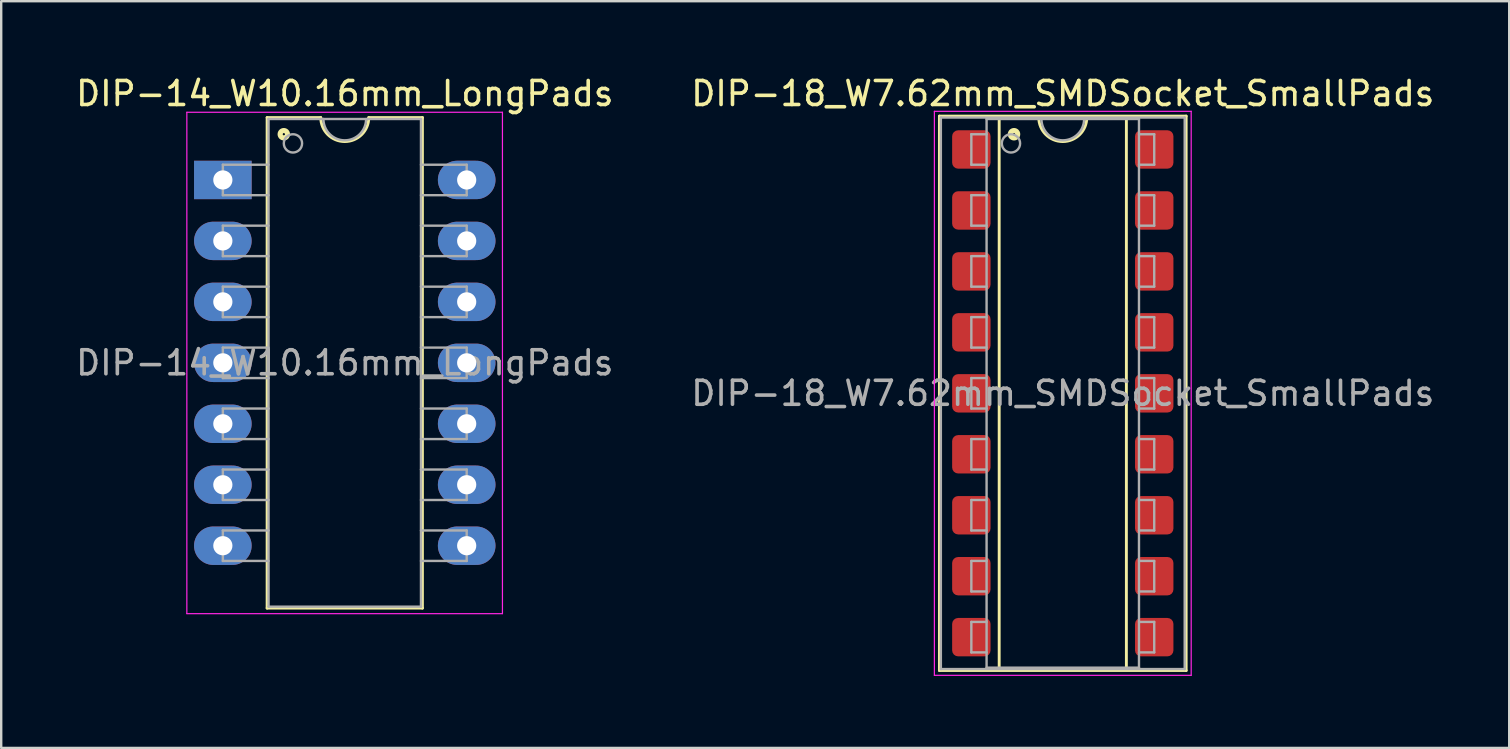
<source format=kicad_pcb>
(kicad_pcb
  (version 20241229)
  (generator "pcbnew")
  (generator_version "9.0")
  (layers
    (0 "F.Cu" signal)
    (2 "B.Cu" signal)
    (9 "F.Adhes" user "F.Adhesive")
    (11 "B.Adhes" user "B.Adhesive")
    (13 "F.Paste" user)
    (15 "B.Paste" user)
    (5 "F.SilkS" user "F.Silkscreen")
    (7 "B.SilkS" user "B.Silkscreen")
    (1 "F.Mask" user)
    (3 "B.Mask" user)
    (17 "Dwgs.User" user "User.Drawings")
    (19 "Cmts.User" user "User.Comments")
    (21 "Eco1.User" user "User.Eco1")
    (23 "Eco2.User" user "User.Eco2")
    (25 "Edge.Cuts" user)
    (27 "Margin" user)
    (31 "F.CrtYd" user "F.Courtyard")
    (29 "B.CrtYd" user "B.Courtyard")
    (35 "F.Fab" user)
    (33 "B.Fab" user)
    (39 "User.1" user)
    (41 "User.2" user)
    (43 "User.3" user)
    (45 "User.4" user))
  (footprint "DIP-14_W10.16mm_LongPads"
    (layer "F.Cu")
    (at 6.235 4.448)
    (property "Reference" "DIP-14_W10.16mm_LongPads" (at 5.08 -3.6 0) (layer "F.SilkS") (effects (font (size 1 1) (thickness 0.15))))
    (attr through_hole)
    (fp_line (start 1.845 -2.6) (end 1.845 17.84) (stroke (width 0.12) (type solid)) (layer "F.SilkS"))
    (fp_line (start 1.845 17.84) (end 8.315 17.84) (stroke (width 0.12) (type solid)) (layer "F.SilkS"))
    (fp_line (start 4.08 -2.6) (end 1.845 -2.6) (stroke (width 0.12) (type solid)) (layer "F.SilkS"))
    (fp_line (start 8.315 -2.6) (end 6.08 -2.6) (stroke (width 0.12) (type solid)) (layer "F.SilkS"))
    (fp_line (start 8.315 17.84) (end 8.315 -2.6) (stroke (width 0.12) (type solid)) (layer "F.SilkS"))
    (fp_arc (start 6.08 -2.6) (mid 5.08 -1.6) (end 4.08 -2.6) (stroke (width 0.12) (type solid)) (layer "F.SilkS"))
    (fp_circle (center 2.54 -1.905) (end 2.59 -1.905) (stroke (width 0.12) (type solid)) (fill no) (layer "F.SilkS"))
    (fp_circle (center 2.54 -1.905) (end 2.665 -1.905) (stroke (width 0.12) (type solid)) (fill no) (layer "F.SilkS"))
    (fp_circle (center 2.54 -1.905) (end 2.74 -1.905) (stroke (width 0.12) (type solid)) (fill no) (layer "F.SilkS"))
    (fp_line (start -1.5 -2.82) (end -1.5 18.07) (stroke (width 0.05) (type solid)) (layer "F.CrtYd"))
    (fp_line (start -1.5 18.07) (end 11.65 18.07) (stroke (width 0.05) (type solid)) (layer "F.CrtYd"))
    (fp_line (start 11.65 -2.82) (end -1.5 -2.82) (stroke (width 0.05) (type solid)) (layer "F.CrtYd"))
    (fp_line (start 11.65 18.07) (end 11.65 -2.82) (stroke (width 0.05) (type solid)) (layer "F.CrtYd"))
    (fp_line (start 0 -0.635) (end 0 0.635) (stroke (width 0.1) (type solid)) (layer "F.Fab"))
    (fp_line (start 0 -0.635) (end 1.905 -0.635) (stroke (width 0.1) (type solid)) (layer "F.Fab"))
    (fp_line (start 0 0.635) (end 1.905 0.635) (stroke (width 0.1) (type solid)) (layer "F.Fab"))
    (fp_line (start 0 1.905) (end 0 3.175) (stroke (width 0.1) (type solid)) (layer "F.Fab"))
    (fp_line (start 0 1.905) (end 1.905 1.905) (stroke (width 0.1) (type solid)) (layer "F.Fab"))
    (fp_line (start 0 3.175) (end 1.905 3.175) (stroke (width 0.1) (type solid)) (layer "F.Fab"))
    (fp_line (start 0 4.445) (end 0 5.715) (stroke (width 0.1) (type solid)) (layer "F.Fab"))
    (fp_line (start 0 4.445) (end 1.905 4.445) (stroke (width 0.1) (type solid)) (layer "F.Fab"))
    (fp_line (start 0 5.715) (end 1.905 5.715) (stroke (width 0.1) (type solid)) (layer "F.Fab"))
    (fp_line (start 0 6.985) (end 0 8.255) (stroke (width 0.1) (type solid)) (layer "F.Fab"))
    (fp_line (start 0 6.985) (end 1.905 6.985) (stroke (width 0.1) (type solid)) (layer "F.Fab"))
    (fp_line (start 0 8.255) (end 1.905 8.255) (stroke (width 0.1) (type solid)) (layer "F.Fab"))
    (fp_line (start 0 9.525) (end 0 10.795) (stroke (width 0.1) (type solid)) (layer "F.Fab"))
    (fp_line (start 0 9.525) (end 1.905 9.525) (stroke (width 0.1) (type solid)) (layer "F.Fab"))
    (fp_line (start 0 10.795) (end 1.905 10.795) (stroke (width 0.1) (type solid)) (layer "F.Fab"))
    (fp_line (start 0 12.065) (end 0 13.335) (stroke (width 0.1) (type solid)) (layer "F.Fab"))
    (fp_line (start 0 12.065) (end 1.905 12.065) (stroke (width 0.1) (type solid)) (layer "F.Fab"))
    (fp_line (start 0 13.335) (end 1.905 13.335) (stroke (width 0.1) (type solid)) (layer "F.Fab"))
    (fp_line (start 0 14.605) (end 0 15.875) (stroke (width 0.1) (type solid)) (layer "F.Fab"))
    (fp_line (start 0 14.605) (end 1.905 14.605) (stroke (width 0.1) (type solid)) (layer "F.Fab"))
    (fp_line (start 0 15.875) (end 1.905 15.875) (stroke (width 0.1) (type solid)) (layer "F.Fab"))
    (fp_line (start 1.905 -2.54) (end 8.255 -2.54) (stroke (width 0.1) (type solid)) (layer "F.Fab"))
    (fp_line (start 1.905 17.78) (end 1.905 -2.54) (stroke (width 0.1) (type solid)) (layer "F.Fab"))
    (fp_line (start 8.255 -2.54) (end 8.255 17.78) (stroke (width 0.1) (type solid)) (layer "F.Fab"))
    (fp_line (start 8.255 17.78) (end 1.905 17.78) (stroke (width 0.1) (type solid)) (layer "F.Fab"))
    (fp_line (start 10.16 -0.635) (end 8.255 -0.635) (stroke (width 0.1) (type solid)) (layer "F.Fab"))
    (fp_line (start 10.16 0.635) (end 8.255 0.635) (stroke (width 0.1) (type solid)) (layer "F.Fab"))
    (fp_line (start 10.16 0.635) (end 10.16 -0.635) (stroke (width 0.1) (type solid)) (layer "F.Fab"))
    (fp_line (start 10.16 1.905) (end 8.255 1.905) (stroke (width 0.1) (type solid)) (layer "F.Fab"))
    (fp_line (start 10.16 3.175) (end 8.255 3.175) (stroke (width 0.1) (type solid)) (layer "F.Fab"))
    (fp_line (start 10.16 3.175) (end 10.16 1.905) (stroke (width 0.1) (type solid)) (layer "F.Fab"))
    (fp_line (start 10.16 4.445) (end 8.255 4.445) (stroke (width 0.1) (type solid)) (layer "F.Fab"))
    (fp_line (start 10.16 5.715) (end 8.255 5.715) (stroke (width 0.1) (type solid)) (layer "F.Fab"))
    (fp_line (start 10.16 5.715) (end 10.16 4.445) (stroke (width 0.1) (type solid)) (layer "F.Fab"))
    (fp_line (start 10.16 6.985) (end 8.255 6.985) (stroke (width 0.1) (type solid)) (layer "F.Fab"))
    (fp_line (start 10.16 8.255) (end 8.255 8.255) (stroke (width 0.1) (type solid)) (layer "F.Fab"))
    (fp_line (start 10.16 8.255) (end 10.16 6.985) (stroke (width 0.1) (type solid)) (layer "F.Fab"))
    (fp_line (start 10.16 9.525) (end 8.255 9.525) (stroke (width 0.1) (type solid)) (layer "F.Fab"))
    (fp_line (start 10.16 10.795) (end 8.255 10.795) (stroke (width 0.1) (type solid)) (layer "F.Fab"))
    (fp_line (start 10.16 10.795) (end 10.16 9.525) (stroke (width 0.1) (type solid)) (layer "F.Fab"))
    (fp_line (start 10.16 12.065) (end 8.255 12.065) (stroke (width 0.1) (type solid)) (layer "F.Fab"))
    (fp_line (start 10.16 13.335) (end 8.255 13.335) (stroke (width 0.1) (type solid)) (layer "F.Fab"))
    (fp_line (start 10.16 13.335) (end 10.16 12.065) (stroke (width 0.1) (type solid)) (layer "F.Fab"))
    (fp_line (start 10.16 14.605) (end 8.255 14.605) (stroke (width 0.1) (type solid)) (layer "F.Fab"))
    (fp_line (start 10.16 15.875) (end 8.255 15.875) (stroke (width 0.1) (type solid)) (layer "F.Fab"))
    (fp_line (start 10.16 15.875) (end 10.16 14.605) (stroke (width 0.1) (type solid)) (layer "F.Fab"))
    (fp_arc (start 5.969 -2.54) (mid 5.08 -1.651) (end 4.191 -2.54) (stroke (width 0.1) (type solid)) (layer "F.Fab"))
    (fp_circle (center 2.921 -1.524) (end 3.302 -1.524) (stroke (width 0.1) (type solid)) (fill no) (layer "F.Fab"))
    (fp_text user "${REFERENCE}" (at 5.08 7.62 0) (layer "F.Fab") (effects (font (size 1 1) (thickness 0.15))))
    (pad "1" thru_hole rect (at 0 0) (size 2.4 1.6) (drill 0.8) (layers "*.Cu" "*.Mask"))
    (pad "2" thru_hole oval (at 0 2.54) (size 2.4 1.6) (drill 0.8) (layers "*.Cu" "*.Mask"))
    (pad "3" thru_hole oval (at 0 5.08) (size 2.4 1.6) (drill 0.8) (layers "*.Cu" "*.Mask"))
    (pad "4" thru_hole oval (at 0 7.62) (size 2.4 1.6) (drill 0.8) (layers "*.Cu" "*.Mask"))
    (pad "5" thru_hole oval (at 0 10.16) (size 2.4 1.6) (drill 0.8) (layers "*.Cu" "*.Mask"))
    (pad "6" thru_hole oval (at 0 12.7) (size 2.4 1.6) (drill 0.8) (layers "*.Cu" "*.Mask"))
    (pad "7" thru_hole oval (at 0 15.24) (size 2.4 1.6) (drill 0.8) (layers "*.Cu" "*.Mask"))
    (pad "8" thru_hole oval (at 10.16 15.24) (size 2.4 1.6) (drill 0.8) (layers "*.Cu" "*.Mask"))
    (pad "9" thru_hole oval (at 10.16 12.7) (size 2.4 1.6) (drill 0.8) (layers "*.Cu" "*.Mask"))
    (pad "10" thru_hole oval (at 10.16 10.16) (size 2.4 1.6) (drill 0.8) (layers "*.Cu" "*.Mask"))
    (pad "11" thru_hole oval (at 10.16 7.62) (size 2.4 1.6) (drill 0.8) (layers "*.Cu" "*.Mask"))
    (pad "12" thru_hole oval (at 10.16 5.08) (size 2.4 1.6) (drill 0.8) (layers "*.Cu" "*.Mask"))
    (pad "13" thru_hole oval (at 10.16 2.54) (size 2.4 1.6) (drill 0.8) (layers "*.Cu" "*.Mask"))
    (pad "14" thru_hole oval (at 10.16 0) (size 2.4 1.6) (drill 0.8) (layers "*.Cu" "*.Mask")))
  (footprint "DIP-18_W7.62mm_SMDSocket_SmallPads"
    (layer "F.Cu")
    (at 41.232 13.338)
    (property "Reference" "DIP-18_W7.62mm_SMDSocket_SmallPads" (at 0 -12.49 0) (layer "F.SilkS") (effects (font (size 1 1) (thickness 0.15))))
    (attr smd)
    (fp_line (start -5.14 -11.55) (end -5.14 11.55) (stroke (width 0.12) (type solid)) (layer "F.SilkS"))
    (fp_line (start -5.14 11.55) (end 5.14 11.55) (stroke (width 0.12) (type solid)) (layer "F.SilkS"))
    (fp_line (start -2.65 -11.49) (end -2.65 11.49) (stroke (width 0.12) (type solid)) (layer "F.SilkS"))
    (fp_line (start -2.65 11.49) (end 2.65 11.49) (stroke (width 0.12) (type solid)) (layer "F.SilkS"))
    (fp_line (start -1 -11.49) (end -2.65 -11.49) (stroke (width 0.12) (type solid)) (layer "F.SilkS"))
    (fp_line (start 2.65 -11.49) (end 1 -11.49) (stroke (width 0.12) (type solid)) (layer "F.SilkS"))
    (fp_line (start 2.65 11.49) (end 2.65 -11.49) (stroke (width 0.12) (type solid)) (layer "F.SilkS"))
    (fp_line (start 5.14 -11.55) (end -5.14 -11.55) (stroke (width 0.12) (type solid)) (layer "F.SilkS"))
    (fp_line (start 5.14 11.55) (end 5.14 -11.55) (stroke (width 0.12) (type solid)) (layer "F.SilkS"))
    (fp_arc (start 1 -11.49) (mid 0 -10.49) (end -1 -11.49) (stroke (width 0.12) (type solid)) (layer "F.SilkS"))
    (fp_circle (center -2.032 -10.795) (end -1.982 -10.795) (stroke (width 0.12) (type solid)) (fill no) (layer "F.SilkS"))
    (fp_circle (center -2.032 -10.795) (end -1.907 -10.795) (stroke (width 0.12) (type solid)) (fill no) (layer "F.SilkS"))
    (fp_circle (center -2.032 -10.795) (end -1.832 -10.795) (stroke (width 0.12) (type solid)) (fill no) (layer "F.SilkS"))
    (fp_line (start -5.35 -11.75) (end -5.35 11.75) (stroke (width 0.05) (type solid)) (layer "F.CrtYd"))
    (fp_line (start -5.35 11.75) (end 5.35 11.75) (stroke (width 0.05) (type solid)) (layer "F.CrtYd"))
    (fp_line (start 5.35 -11.75) (end -5.35 -11.75) (stroke (width 0.05) (type solid)) (layer "F.CrtYd"))
    (fp_line (start 5.35 11.75) (end 5.35 -11.75) (stroke (width 0.05) (type solid)) (layer "F.CrtYd"))
    (fp_line (start -5.08 -11.49) (end -5.08 11.49) (stroke (width 0.1) (type solid)) (layer "F.Fab"))
    (fp_line (start -5.08 11.49) (end 5.08 11.49) (stroke (width 0.1) (type solid)) (layer "F.Fab"))
    (fp_line (start -3.81 -10.795) (end -3.81 -9.525) (stroke (width 0.1) (type solid)) (layer "F.Fab"))
    (fp_line (start -3.81 -10.795) (end -3.175 -10.795) (stroke (width 0.1) (type solid)) (layer "F.Fab"))
    (fp_line (start -3.81 -9.525) (end -3.175 -9.525) (stroke (width 0.1) (type solid)) (layer "F.Fab"))
    (fp_line (start -3.81 -8.255) (end -3.81 -6.985) (stroke (width 0.1) (type solid)) (layer "F.Fab"))
    (fp_line (start -3.81 -8.255) (end -3.175 -8.255) (stroke (width 0.1) (type solid)) (layer "F.Fab"))
    (fp_line (start -3.81 -6.985) (end -3.175 -6.985) (stroke (width 0.1) (type solid)) (layer "F.Fab"))
    (fp_line (start -3.81 -5.715) (end -3.81 -4.445) (stroke (width 0.1) (type solid)) (layer "F.Fab"))
    (fp_line (start -3.81 -5.715) (end -3.175 -5.715) (stroke (width 0.1) (type solid)) (layer "F.Fab"))
    (fp_line (start -3.81 -4.445) (end -3.175 -4.445) (stroke (width 0.1) (type solid)) (layer "F.Fab"))
    (fp_line (start -3.81 -3.175) (end -3.81 -1.905) (stroke (width 0.1) (type solid)) (layer "F.Fab"))
    (fp_line (start -3.81 -3.175) (end -3.175 -3.175) (stroke (width 0.1) (type solid)) (layer "F.Fab"))
    (fp_line (start -3.81 -1.905) (end -3.175 -1.905) (stroke (width 0.1) (type solid)) (layer "F.Fab"))
    (fp_line (start -3.81 -0.635) (end -3.81 0.635) (stroke (width 0.1) (type solid)) (layer "F.Fab"))
    (fp_line (start -3.81 -0.635) (end -3.175 -0.635) (stroke (width 0.1) (type solid)) (layer "F.Fab"))
    (fp_line (start -3.81 0.635) (end -3.175 0.635) (stroke (width 0.1) (type solid)) (layer "F.Fab"))
    (fp_line (start -3.81 1.905) (end -3.81 3.175) (stroke (width 0.1) (type solid)) (layer "F.Fab"))
    (fp_line (start -3.81 1.905) (end -3.175 1.905) (stroke (width 0.1) (type solid)) (layer "F.Fab"))
    (fp_line (start -3.81 3.175) (end -3.175 3.175) (stroke (width 0.1) (type solid)) (layer "F.Fab"))
    (fp_line (start -3.81 4.445) (end -3.81 5.715) (stroke (width 0.1) (type solid)) (layer "F.Fab"))
    (fp_line (start -3.81 4.445) (end -3.175 4.445) (stroke (width 0.1) (type solid)) (layer "F.Fab"))
    (fp_line (start -3.81 5.715) (end -3.175 5.715) (stroke (width 0.1) (type solid)) (layer "F.Fab"))
    (fp_line (start -3.81 6.985) (end -3.81 8.255) (stroke (width 0.1) (type solid)) (layer "F.Fab"))
    (fp_line (start -3.81 6.985) (end -3.175 6.985) (stroke (width 0.1) (type solid)) (layer "F.Fab"))
    (fp_line (start -3.81 8.255) (end -3.175 8.255) (stroke (width 0.1) (type solid)) (layer "F.Fab"))
    (fp_line (start -3.81 9.525) (end -3.81 10.795) (stroke (width 0.1) (type solid)) (layer "F.Fab"))
    (fp_line (start -3.81 9.525) (end -3.175 9.525) (stroke (width 0.1) (type solid)) (layer "F.Fab"))
    (fp_line (start -3.81 10.795) (end -3.175 10.795) (stroke (width 0.1) (type solid)) (layer "F.Fab"))
    (fp_line (start -3.175 -11.43) (end 3.175 -11.43) (stroke (width 0.1) (type solid)) (layer "F.Fab"))
    (fp_line (start -3.175 11.43) (end -3.175 -11.43) (stroke (width 0.1) (type solid)) (layer "F.Fab"))
    (fp_line (start 3.175 -11.43) (end 3.175 11.43) (stroke (width 0.1) (type solid)) (layer "F.Fab"))
    (fp_line (start 3.175 11.43) (end -3.175 11.43) (stroke (width 0.1) (type solid)) (layer "F.Fab"))
    (fp_line (start 3.81 -10.795) (end 3.175 -10.795) (stroke (width 0.1) (type solid)) (layer "F.Fab"))
    (fp_line (start 3.81 -9.525) (end 3.175 -9.525) (stroke (width 0.1) (type solid)) (layer "F.Fab"))
    (fp_line (start 3.81 -9.525) (end 3.81 -10.795) (stroke (width 0.1) (type solid)) (layer "F.Fab"))
    (fp_line (start 3.81 -8.255) (end 3.175 -8.255) (stroke (width 0.1) (type solid)) (layer "F.Fab"))
    (fp_line (start 3.81 -6.985) (end 3.175 -6.985) (stroke (width 0.1) (type solid)) (layer "F.Fab"))
    (fp_line (start 3.81 -6.985) (end 3.81 -8.255) (stroke (width 0.1) (type solid)) (layer "F.Fab"))
    (fp_line (start 3.81 -5.715) (end 3.175 -5.715) (stroke (width 0.1) (type solid)) (layer "F.Fab"))
    (fp_line (start 3.81 -4.445) (end 3.175 -4.445) (stroke (width 0.1) (type solid)) (layer "F.Fab"))
    (fp_line (start 3.81 -4.445) (end 3.81 -5.715) (stroke (width 0.1) (type solid)) (layer "F.Fab"))
    (fp_line (start 3.81 -3.175) (end 3.175 -3.175) (stroke (width 0.1) (type solid)) (layer "F.Fab"))
    (fp_line (start 3.81 -1.905) (end 3.175 -1.905) (stroke (width 0.1) (type solid)) (layer "F.Fab"))
    (fp_line (start 3.81 -1.905) (end 3.81 -3.175) (stroke (width 0.1) (type solid)) (layer "F.Fab"))
    (fp_line (start 3.81 -0.635) (end 3.175 -0.635) (stroke (width 0.1) (type solid)) (layer "F.Fab"))
    (fp_line (start 3.81 0.635) (end 3.175 0.635) (stroke (width 0.1) (type solid)) (layer "F.Fab"))
    (fp_line (start 3.81 0.635) (end 3.81 -0.635) (stroke (width 0.1) (type solid)) (layer "F.Fab"))
    (fp_line (start 3.81 1.905) (end 3.175 1.905) (stroke (width 0.1) (type solid)) (layer "F.Fab"))
    (fp_line (start 3.81 3.175) (end 3.175 3.175) (stroke (width 0.1) (type solid)) (layer "F.Fab"))
    (fp_line (start 3.81 3.175) (end 3.81 1.905) (stroke (width 0.1) (type solid)) (layer "F.Fab"))
    (fp_line (start 3.81 4.445) (end 3.175 4.445) (stroke (width 0.1) (type solid)) (layer "F.Fab"))
    (fp_line (start 3.81 5.715) (end 3.175 5.715) (stroke (width 0.1) (type solid)) (layer "F.Fab"))
    (fp_line (start 3.81 5.715) (end 3.81 4.445) (stroke (width 0.1) (type solid)) (layer "F.Fab"))
    (fp_line (start 3.81 6.985) (end 3.175 6.985) (stroke (width 0.1) (type solid)) (layer "F.Fab"))
    (fp_line (start 3.81 8.255) (end 3.175 8.255) (stroke (width 0.1) (type solid)) (layer "F.Fab"))
    (fp_line (start 3.81 8.255) (end 3.81 6.985) (stroke (width 0.1) (type solid)) (layer "F.Fab"))
    (fp_line (start 3.81 9.525) (end 3.175 9.525) (stroke (width 0.1) (type solid)) (layer "F.Fab"))
    (fp_line (start 3.81 10.795) (end 3.175 10.795) (stroke (width 0.1) (type solid)) (layer "F.Fab"))
    (fp_line (start 3.81 10.795) (end 3.81 9.525) (stroke (width 0.1) (type solid)) (layer "F.Fab"))
    (fp_line (start 5.08 -11.49) (end -5.08 -11.49) (stroke (width 0.1) (type solid)) (layer "F.Fab"))
    (fp_line (start 5.08 11.49) (end 5.08 -11.49) (stroke (width 0.1) (type solid)) (layer "F.Fab"))
    (fp_arc (start 0.889 -11.43) (mid 0 -10.541) (end -0.889 -11.43) (stroke (width 0.1) (type solid)) (layer "F.Fab"))
    (fp_circle (center -2.159 -10.414) (end -1.778 -10.414) (stroke (width 0.1) (type solid)) (fill no) (layer "F.Fab"))
    (fp_text user "${REFERENCE}" (at 0 0 0) (layer "F.Fab") (effects (font (size 1 1) (thickness 0.15))))
    (pad "1" smd roundrect (at -3.81 -10.16) (size 1.6 1.6) (layers "F.Cu" "F.Mask" "F.Paste") (roundrect_rratio 0.156))
    (pad "2" smd roundrect (at -3.81 -7.62) (size 1.6 1.6) (layers "F.Cu" "F.Mask" "F.Paste") (roundrect_rratio 0.156))
    (pad "3" smd roundrect (at -3.81 -5.08) (size 1.6 1.6) (layers "F.Cu" "F.Mask" "F.Paste") (roundrect_rratio 0.156))
    (pad "4" smd roundrect (at -3.81 -2.54) (size 1.6 1.6) (layers "F.Cu" "F.Mask" "F.Paste") (roundrect_rratio 0.156))
    (pad "5" smd roundrect (at -3.81 0) (size 1.6 1.6) (layers "F.Cu" "F.Mask" "F.Paste") (roundrect_rratio 0.156))
    (pad "6" smd roundrect (at -3.81 2.54) (size 1.6 1.6) (layers "F.Cu" "F.Mask" "F.Paste") (roundrect_rratio 0.156))
    (pad "7" smd roundrect (at -3.81 5.08) (size 1.6 1.6) (layers "F.Cu" "F.Mask" "F.Paste") (roundrect_rratio 0.156))
    (pad "8" smd roundrect (at -3.81 7.62) (size 1.6 1.6) (layers "F.Cu" "F.Mask" "F.Paste") (roundrect_rratio 0.156))
    (pad "9" smd roundrect (at -3.81 10.16) (size 1.6 1.6) (layers "F.Cu" "F.Mask" "F.Paste") (roundrect_rratio 0.156))
    (pad "10" smd roundrect (at 3.81 10.16) (size 1.6 1.6) (layers "F.Cu" "F.Mask" "F.Paste") (roundrect_rratio 0.156))
    (pad "11" smd roundrect (at 3.81 7.62) (size 1.6 1.6) (layers "F.Cu" "F.Mask" "F.Paste") (roundrect_rratio 0.156))
    (pad "12" smd roundrect (at 3.81 5.08) (size 1.6 1.6) (layers "F.Cu" "F.Mask" "F.Paste") (roundrect_rratio 0.156))
    (pad "13" smd roundrect (at 3.81 2.54) (size 1.6 1.6) (layers "F.Cu" "F.Mask" "F.Paste") (roundrect_rratio 0.156))
    (pad "14" smd roundrect (at 3.81 0) (size 1.6 1.6) (layers "F.Cu" "F.Mask" "F.Paste") (roundrect_rratio 0.156))
    (pad "15" smd roundrect (at 3.81 -2.54) (size 1.6 1.6) (layers "F.Cu" "F.Mask" "F.Paste") (roundrect_rratio 0.156))
    (pad "16" smd roundrect (at 3.81 -5.08) (size 1.6 1.6) (layers "F.Cu" "F.Mask" "F.Paste") (roundrect_rratio 0.156))
    (pad "17" smd roundrect (at 3.81 -7.62) (size 1.6 1.6) (layers "F.Cu" "F.Mask" "F.Paste") (roundrect_rratio 0.156))
    (pad "18" smd roundrect (at 3.81 -10.16) (size 1.6 1.6) (layers "F.Cu" "F.Mask" "F.Paste") (roundrect_rratio 0.156)))
  (gr_rect
    (start -3 -3)
    (end 59.833 28.113)
    (stroke (width 0.1) (type default))
    (fill no)
    (layer "Edge.Cuts")))
</source>
